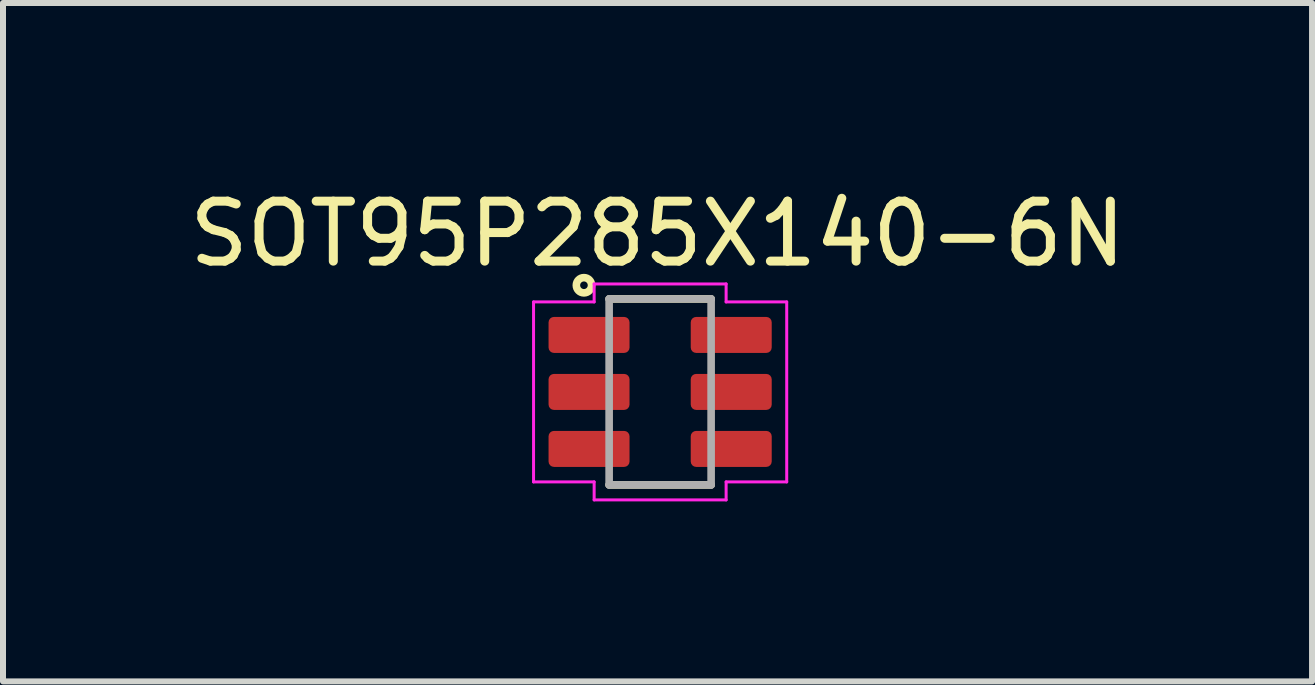
<source format=kicad_pcb>
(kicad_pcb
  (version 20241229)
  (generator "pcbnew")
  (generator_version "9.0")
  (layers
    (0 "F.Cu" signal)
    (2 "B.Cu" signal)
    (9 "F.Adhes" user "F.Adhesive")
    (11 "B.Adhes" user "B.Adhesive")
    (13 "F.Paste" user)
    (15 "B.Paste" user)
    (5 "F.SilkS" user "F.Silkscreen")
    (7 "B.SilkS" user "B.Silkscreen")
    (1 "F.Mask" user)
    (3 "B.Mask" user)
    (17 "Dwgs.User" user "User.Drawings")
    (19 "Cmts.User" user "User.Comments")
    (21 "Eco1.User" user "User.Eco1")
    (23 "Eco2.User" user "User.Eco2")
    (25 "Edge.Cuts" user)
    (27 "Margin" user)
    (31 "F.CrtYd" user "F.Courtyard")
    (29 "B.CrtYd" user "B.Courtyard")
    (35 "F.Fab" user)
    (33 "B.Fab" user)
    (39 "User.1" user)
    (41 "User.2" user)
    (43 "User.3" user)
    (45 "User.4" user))
  (footprint "SOT95P285X140-6N"
    (layer "F.Cu")
    (at 7.954 3.483)
    (property "Reference" "SOT95P285X140-6N" (at -0.043 -2.635 0) (layer "F.SilkS") (effects (font (size 1 1) (thickness 0.15))))
    (attr smd)
    (fp_line (start -0.85 -1.55) (end 0.85 -1.55) (stroke (width 0.127) (type solid)) (layer "F.SilkS"))
    (fp_line (start -0.85 1.55) (end 0.85 1.55) (stroke (width 0.127) (type solid)) (layer "F.SilkS"))
    (fp_circle (center -1.27 -1.778) (end -1.143 -1.778) (stroke (width 0.127) (type solid)) (fill no) (layer "F.SilkS"))
    (fp_line (start -2.11 -1.5) (end -1.1 -1.5) (stroke (width 0.05) (type solid)) (layer "F.CrtYd"))
    (fp_line (start -2.11 1.5) (end -2.11 -1.5) (stroke (width 0.05) (type solid)) (layer "F.CrtYd"))
    (fp_line (start -1.1 -1.8) (end 1.1 -1.8) (stroke (width 0.05) (type solid)) (layer "F.CrtYd"))
    (fp_line (start -1.1 -1.5) (end -1.1 -1.8) (stroke (width 0.05) (type solid)) (layer "F.CrtYd"))
    (fp_line (start -1.1 1.5) (end -2.11 1.5) (stroke (width 0.05) (type solid)) (layer "F.CrtYd"))
    (fp_line (start -1.1 1.8) (end -1.1 1.5) (stroke (width 0.05) (type solid)) (layer "F.CrtYd"))
    (fp_line (start 1.1 -1.8) (end 1.1 -1.5) (stroke (width 0.05) (type solid)) (layer "F.CrtYd"))
    (fp_line (start 1.1 -1.5) (end 2.11 -1.5) (stroke (width 0.05) (type solid)) (layer "F.CrtYd"))
    (fp_line (start 1.1 1.5) (end 1.1 1.8) (stroke (width 0.05) (type solid)) (layer "F.CrtYd"))
    (fp_line (start 1.1 1.8) (end -1.1 1.8) (stroke (width 0.05) (type solid)) (layer "F.CrtYd"))
    (fp_line (start 2.11 -1.5) (end 2.11 1.5) (stroke (width 0.05) (type solid)) (layer "F.CrtYd"))
    (fp_line (start 2.11 1.5) (end 1.1 1.5) (stroke (width 0.05) (type solid)) (layer "F.CrtYd"))
    (fp_line (start -0.85 -1.55) (end -0.85 1.55) (stroke (width 0.127) (type solid)) (layer "F.Fab"))
    (fp_line (start -0.85 1.55) (end 0.85 1.55) (stroke (width 0.127) (type solid)) (layer "F.Fab"))
    (fp_line (start 0.85 -1.55) (end -0.85 -1.55) (stroke (width 0.127) (type solid)) (layer "F.Fab"))
    (fp_line (start 0.85 1.55) (end 0.85 -1.55) (stroke (width 0.127) (type solid)) (layer "F.Fab"))
    (pad "1" smd roundrect (at -1.185 -0.95) (size 1.35 0.6) (layers "F.Cu" "F.Mask" "F.Paste") (roundrect_rratio 0.15))
    (pad "2" smd roundrect (at -1.185 0) (size 1.35 0.6) (layers "F.Cu" "F.Mask" "F.Paste") (roundrect_rratio 0.15))
    (pad "3" smd roundrect (at -1.185 0.95) (size 1.35 0.6) (layers "F.Cu" "F.Mask" "F.Paste") (roundrect_rratio 0.15))
    (pad "4" smd roundrect (at 1.185 0.95) (size 1.35 0.6) (layers "F.Cu" "F.Mask" "F.Paste") (roundrect_rratio 0.15))
    (pad "5" smd roundrect (at 1.185 0) (size 1.35 0.6) (layers "F.Cu" "F.Mask" "F.Paste") (roundrect_rratio 0.15))
    (pad "6" smd roundrect (at 1.185 -0.95) (size 1.35 0.6) (layers "F.Cu" "F.Mask" "F.Paste") (roundrect_rratio 0.15)))
  (gr_rect
    (start -3 -3)
    (end 18.821 8.308)
    (stroke (width 0.1) (type default))
    (fill no)
    (layer "Edge.Cuts")))
</source>
